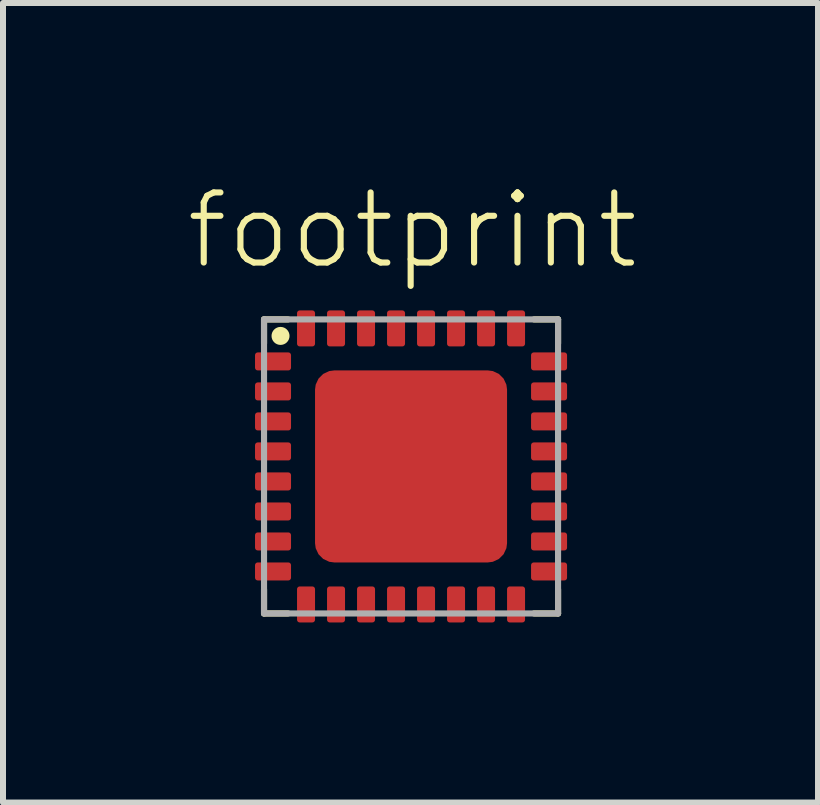
<source format=kicad_pcb>
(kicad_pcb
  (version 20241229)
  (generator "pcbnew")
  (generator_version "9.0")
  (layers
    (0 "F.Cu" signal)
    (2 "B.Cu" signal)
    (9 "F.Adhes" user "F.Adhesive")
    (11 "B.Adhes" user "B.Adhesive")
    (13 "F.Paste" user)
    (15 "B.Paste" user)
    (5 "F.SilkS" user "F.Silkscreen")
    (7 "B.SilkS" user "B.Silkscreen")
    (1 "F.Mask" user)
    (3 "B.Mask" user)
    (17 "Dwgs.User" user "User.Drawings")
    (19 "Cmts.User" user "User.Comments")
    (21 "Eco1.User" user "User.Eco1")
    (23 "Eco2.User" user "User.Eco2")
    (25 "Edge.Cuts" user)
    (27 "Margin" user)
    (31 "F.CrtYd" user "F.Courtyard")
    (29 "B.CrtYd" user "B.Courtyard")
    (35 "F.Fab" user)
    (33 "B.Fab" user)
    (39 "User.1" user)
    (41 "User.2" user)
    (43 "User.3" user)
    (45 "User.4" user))
  (footprint "footprint"
    (layer "F.Cu")
    (at 3.8 4.723)
    (property "Reference" "footprint" (at -3.8 -3.25 0) (layer "F.SilkS") (effects (font (size 1.168 1.168) (thickness 0.102)) (justify left bottom)))
    (fp_poly (pts (xy -1.999 -1.099) (xy -2.601 -1.099) (xy -2.601 -1.401) (xy -1.999 -1.401)) (stroke (width 0) (type solid)) (fill yes) (layer "F.Mask"))
    (fp_poly (pts (xy -1.999 -0.599) (xy -2.601 -0.599) (xy -2.601 -0.901) (xy -1.999 -0.901)) (stroke (width 0) (type solid)) (fill yes) (layer "F.Mask"))
    (fp_poly (pts (xy -1.999 -0.099) (xy -2.601 -0.099) (xy -2.601 -0.401) (xy -1.999 -0.401)) (stroke (width 0) (type solid)) (fill yes) (layer "F.Mask"))
    (fp_poly (pts (xy -1.999 0.401) (xy -2.601 0.401) (xy -2.601 0.099) (xy -1.999 0.099)) (stroke (width 0) (type solid)) (fill yes) (layer "F.Mask"))
    (fp_poly (pts (xy -1.999 0.901) (xy -2.601 0.901) (xy -2.601 0.599) (xy -1.999 0.599)) (stroke (width 0) (type solid)) (fill yes) (layer "F.Mask"))
    (fp_poly (pts (xy -1.999 1.401) (xy -2.601 1.401) (xy -2.601 1.099) (xy -1.999 1.099)) (stroke (width 0) (type solid)) (fill yes) (layer "F.Mask"))
    (fp_poly (pts (xy -1.099 -1.999) (xy -1.401 -1.999) (xy -1.401 -2.601) (xy -1.099 -2.601)) (stroke (width 0) (type solid)) (fill yes) (layer "F.Mask"))
    (fp_poly (pts (xy -1.099 2.601) (xy -1.401 2.601) (xy -1.401 1.999) (xy -1.099 1.999)) (stroke (width 0) (type solid)) (fill yes) (layer "F.Mask"))
    (fp_poly (pts (xy -0.599 -1.999) (xy -0.901 -1.999) (xy -0.901 -2.601) (xy -0.599 -2.601)) (stroke (width 0) (type solid)) (fill yes) (layer "F.Mask"))
    (fp_poly (pts (xy -0.599 2.601) (xy -0.901 2.601) (xy -0.901 1.999) (xy -0.599 1.999)) (stroke (width 0) (type solid)) (fill yes) (layer "F.Mask"))
    (fp_poly (pts (xy -0.099 -1.999) (xy -0.401 -1.999) (xy -0.401 -2.601) (xy -0.099 -2.601)) (stroke (width 0) (type solid)) (fill yes) (layer "F.Mask"))
    (fp_poly (pts (xy -0.099 2.601) (xy -0.401 2.601) (xy -0.401 1.999) (xy -0.099 1.999)) (stroke (width 0) (type solid)) (fill yes) (layer "F.Mask"))
    (fp_poly (pts (xy 0.401 -1.999) (xy 0.099 -1.999) (xy 0.099 -2.601) (xy 0.401 -2.601)) (stroke (width 0) (type solid)) (fill yes) (layer "F.Mask"))
    (fp_poly (pts (xy 0.401 2.601) (xy 0.099 2.601) (xy 0.099 1.999) (xy 0.401 1.999)) (stroke (width 0) (type solid)) (fill yes) (layer "F.Mask"))
    (fp_poly (pts (xy 0.901 -1.999) (xy 0.599 -1.999) (xy 0.599 -2.601) (xy 0.901 -2.601)) (stroke (width 0) (type solid)) (fill yes) (layer "F.Mask"))
    (fp_poly (pts (xy 0.901 2.601) (xy 0.599 2.601) (xy 0.599 1.999) (xy 0.901 1.999)) (stroke (width 0) (type solid)) (fill yes) (layer "F.Mask"))
    (fp_poly (pts (xy 1.401 -1.999) (xy 1.099 -1.999) (xy 1.099 -2.601) (xy 1.401 -2.601)) (stroke (width 0) (type solid)) (fill yes) (layer "F.Mask"))
    (fp_poly (pts (xy 1.401 2.601) (xy 1.099 2.601) (xy 1.099 1.999) (xy 1.401 1.999)) (stroke (width 0) (type solid)) (fill yes) (layer "F.Mask"))
    (fp_poly (pts (xy 1.575 1.575) (xy -1.575 1.575) (xy -1.575 -1.575) (xy 1.575 -1.575)) (stroke (width 0) (type solid)) (fill yes) (layer "F.Mask"))
    (fp_poly (pts (xy 2.601 -1.099) (xy 1.999 -1.099) (xy 1.999 -1.401) (xy 2.601 -1.401)) (stroke (width 0) (type solid)) (fill yes) (layer "F.Mask"))
    (fp_poly (pts (xy 2.601 -0.599) (xy 1.999 -0.599) (xy 1.999 -0.901) (xy 2.601 -0.901)) (stroke (width 0) (type solid)) (fill yes) (layer "F.Mask"))
    (fp_poly (pts (xy 2.601 -0.099) (xy 1.999 -0.099) (xy 1.999 -0.401) (xy 2.601 -0.401)) (stroke (width 0) (type solid)) (fill yes) (layer "F.Mask"))
    (fp_poly (pts (xy 2.601 0.401) (xy 1.999 0.401) (xy 1.999 0.099) (xy 2.601 0.099)) (stroke (width 0) (type solid)) (fill yes) (layer "F.Mask"))
    (fp_poly (pts (xy 2.601 0.901) (xy 1.999 0.901) (xy 1.999 0.599) (xy 2.601 0.599)) (stroke (width 0) (type solid)) (fill yes) (layer "F.Mask"))
    (fp_poly (pts (xy 2.601 1.401) (xy 1.999 1.401) (xy 1.999 1.099) (xy 2.601 1.099)) (stroke (width 0) (type solid)) (fill yes) (layer "F.Mask"))
    (fp_poly (pts (xy -1.999 -1.821) (xy -1.999 -1.599) (xy -2.601 -1.599) (xy -2.601 -1.901) (xy -2.079 -1.901)) (stroke (width 0) (type solid)) (fill yes) (layer "F.Mask"))
    (fp_poly (pts (xy -1.999 1.821) (xy -2.079 1.901) (xy -2.601 1.901) (xy -2.601 1.599) (xy -1.999 1.599)) (stroke (width 0) (type solid)) (fill yes) (layer "F.Mask"))
    (fp_poly (pts (xy -1.599 -1.999) (xy -1.821 -1.999) (xy -1.901 -2.079) (xy -1.901 -2.601) (xy -1.599 -2.601)) (stroke (width 0) (type solid)) (fill yes) (layer "F.Mask"))
    (fp_poly (pts (xy -1.599 2.601) (xy -1.901 2.601) (xy -1.901 2.079) (xy -1.821 1.999) (xy -1.599 1.999)) (stroke (width 0) (type solid)) (fill yes) (layer "F.Mask"))
    (fp_poly (pts (xy 1.901 -2.079) (xy 1.821 -1.999) (xy 1.599 -1.999) (xy 1.599 -2.601) (xy 1.901 -2.601)) (stroke (width 0) (type solid)) (fill yes) (layer "F.Mask"))
    (fp_poly (pts (xy 1.901 2.079) (xy 1.901 2.601) (xy 1.599 2.601) (xy 1.599 1.999) (xy 1.821 1.999)) (stroke (width 0) (type solid)) (fill yes) (layer "F.Mask"))
    (fp_poly (pts (xy 2.601 -1.599) (xy 1.999 -1.599) (xy 1.999 -1.821) (xy 2.079 -1.901) (xy 2.601 -1.901)) (stroke (width 0) (type solid)) (fill yes) (layer "F.Mask"))
    (fp_poly (pts (xy 2.601 1.901) (xy 2.079 1.901) (xy 1.999 1.821) (xy 1.999 1.599) (xy 2.601 1.599)) (stroke (width 0) (type solid)) (fill yes) (layer "F.Mask"))
    (fp_line (start -2.45 -2.45) (end -2.05 -2.45) (stroke (width 0.102) (type solid)) (layer "F.SilkS"))
    (fp_line (start -2.45 -2.05) (end -2.45 -2.45) (stroke (width 0.102) (type solid)) (layer "F.SilkS"))
    (fp_line (start -2.45 2.45) (end -2.45 2.05) (stroke (width 0.102) (type solid)) (layer "F.SilkS"))
    (fp_line (start -2.05 2.45) (end -2.45 2.45) (stroke (width 0.102) (type solid)) (layer "F.SilkS"))
    (fp_line (start 2.05 -2.45) (end 2.45 -2.45) (stroke (width 0.102) (type solid)) (layer "F.SilkS"))
    (fp_line (start 2.45 -2.45) (end 2.45 -2.05) (stroke (width 0.102) (type solid)) (layer "F.SilkS"))
    (fp_line (start 2.45 2.05) (end 2.45 2.45) (stroke (width 0.102) (type solid)) (layer "F.SilkS"))
    (fp_line (start 2.45 2.45) (end 2.05 2.45) (stroke (width 0.102) (type solid)) (layer "F.SilkS"))
    (fp_circle (center -2.175 -2.175) (end -2.1 -2.175) (stroke (width 0.15) (type solid)) (fill yes) (layer "F.SilkS"))
    (fp_poly (pts (xy -2.024 -1.124) (xy -2.576 -1.124) (xy -2.576 -1.376) (xy -2.024 -1.376)) (stroke (width 0) (type solid)) (fill yes) (layer "F.Paste"))
    (fp_poly (pts (xy -2.024 -0.624) (xy -2.576 -0.624) (xy -2.576 -0.876) (xy -2.024 -0.876)) (stroke (width 0) (type solid)) (fill yes) (layer "F.Paste"))
    (fp_poly (pts (xy -2.024 -0.124) (xy -2.576 -0.124) (xy -2.576 -0.376) (xy -2.024 -0.376)) (stroke (width 0) (type solid)) (fill yes) (layer "F.Paste"))
    (fp_poly (pts (xy -2.024 0.376) (xy -2.576 0.376) (xy -2.576 0.124) (xy -2.024 0.124)) (stroke (width 0) (type solid)) (fill yes) (layer "F.Paste"))
    (fp_poly (pts (xy -2.024 0.876) (xy -2.576 0.876) (xy -2.576 0.624) (xy -2.024 0.624)) (stroke (width 0) (type solid)) (fill yes) (layer "F.Paste"))
    (fp_poly (pts (xy -2.024 1.376) (xy -2.576 1.376) (xy -2.576 1.124) (xy -2.024 1.124)) (stroke (width 0) (type solid)) (fill yes) (layer "F.Paste"))
    (fp_poly (pts (xy -1.3 -1.1) (xy -0.7 -1.1) (xy -0.7 -1.4) (xy -1.3 -1.4)) (stroke (width 0) (type solid)) (fill yes) (layer "F.Paste"))
    (fp_poly (pts (xy -1.3 -0.6) (xy -0.7 -0.6) (xy -0.7 -0.9) (xy -1.3 -0.9)) (stroke (width 0) (type solid)) (fill yes) (layer "F.Paste"))
    (fp_poly (pts (xy -1.3 -0.1) (xy -0.7 -0.1) (xy -0.7 -0.4) (xy -1.3 -0.4)) (stroke (width 0) (type solid)) (fill yes) (layer "F.Paste"))
    (fp_poly (pts (xy -1.3 0.4) (xy -0.7 0.4) (xy -0.7 0.1) (xy -1.3 0.1)) (stroke (width 0) (type solid)) (fill yes) (layer "F.Paste"))
    (fp_poly (pts (xy -1.3 0.9) (xy -0.7 0.9) (xy -0.7 0.6) (xy -1.3 0.6)) (stroke (width 0) (type solid)) (fill yes) (layer "F.Paste"))
    (fp_poly (pts (xy -1.3 1.4) (xy -0.7 1.4) (xy -0.7 1.1) (xy -1.3 1.1)) (stroke (width 0) (type solid)) (fill yes) (layer "F.Paste"))
    (fp_poly (pts (xy -1.124 -2.024) (xy -1.376 -2.024) (xy -1.376 -2.576) (xy -1.124 -2.576)) (stroke (width 0) (type solid)) (fill yes) (layer "F.Paste"))
    (fp_poly (pts (xy -1.124 2.576) (xy -1.376 2.576) (xy -1.376 2.024) (xy -1.124 2.024)) (stroke (width 0) (type solid)) (fill yes) (layer "F.Paste"))
    (fp_poly (pts (xy -0.624 -2.024) (xy -0.876 -2.024) (xy -0.876 -2.576) (xy -0.624 -2.576)) (stroke (width 0) (type solid)) (fill yes) (layer "F.Paste"))
    (fp_poly (pts (xy -0.624 2.576) (xy -0.876 2.576) (xy -0.876 2.024) (xy -0.624 2.024)) (stroke (width 0) (type solid)) (fill yes) (layer "F.Paste"))
    (fp_poly (pts (xy -0.3 -1.1) (xy 0.3 -1.1) (xy 0.3 -1.4) (xy -0.3 -1.4)) (stroke (width 0) (type solid)) (fill yes) (layer "F.Paste"))
    (fp_poly (pts (xy -0.3 -0.6) (xy 0.3 -0.6) (xy 0.3 -0.9) (xy -0.3 -0.9)) (stroke (width 0) (type solid)) (fill yes) (layer "F.Paste"))
    (fp_poly (pts (xy -0.3 -0.1) (xy 0.3 -0.1) (xy 0.3 -0.4) (xy -0.3 -0.4)) (stroke (width 0) (type solid)) (fill yes) (layer "F.Paste"))
    (fp_poly (pts (xy -0.3 0.4) (xy 0.3 0.4) (xy 0.3 0.1) (xy -0.3 0.1)) (stroke (width 0) (type solid)) (fill yes) (layer "F.Paste"))
    (fp_poly (pts (xy -0.3 0.9) (xy 0.3 0.9) (xy 0.3 0.6) (xy -0.3 0.6)) (stroke (width 0) (type solid)) (fill yes) (layer "F.Paste"))
    (fp_poly (pts (xy -0.3 1.4) (xy 0.3 1.4) (xy 0.3 1.1) (xy -0.3 1.1)) (stroke (width 0) (type solid)) (fill yes) (layer "F.Paste"))
    (fp_poly (pts (xy -0.124 -2.024) (xy -0.376 -2.024) (xy -0.376 -2.576) (xy -0.124 -2.576)) (stroke (width 0) (type solid)) (fill yes) (layer "F.Paste"))
    (fp_poly (pts (xy -0.124 2.576) (xy -0.376 2.576) (xy -0.376 2.024) (xy -0.124 2.024)) (stroke (width 0) (type solid)) (fill yes) (layer "F.Paste"))
    (fp_poly (pts (xy 0.376 -2.024) (xy 0.124 -2.024) (xy 0.124 -2.576) (xy 0.376 -2.576)) (stroke (width 0) (type solid)) (fill yes) (layer "F.Paste"))
    (fp_poly (pts (xy 0.376 2.576) (xy 0.124 2.576) (xy 0.124 2.024) (xy 0.376 2.024)) (stroke (width 0) (type solid)) (fill yes) (layer "F.Paste"))
    (fp_poly (pts (xy 0.7 -1.1) (xy 1.3 -1.1) (xy 1.3 -1.4) (xy 0.7 -1.4)) (stroke (width 0) (type solid)) (fill yes) (layer "F.Paste"))
    (fp_poly (pts (xy 0.7 -0.6) (xy 1.3 -0.6) (xy 1.3 -0.9) (xy 0.7 -0.9)) (stroke (width 0) (type solid)) (fill yes) (layer "F.Paste"))
    (fp_poly (pts (xy 0.7 -0.1) (xy 1.3 -0.1) (xy 1.3 -0.4) (xy 0.7 -0.4)) (stroke (width 0) (type solid)) (fill yes) (layer "F.Paste"))
    (fp_poly (pts (xy 0.7 0.4) (xy 1.3 0.4) (xy 1.3 0.1) (xy 0.7 0.1)) (stroke (width 0) (type solid)) (fill yes) (layer "F.Paste"))
    (fp_poly (pts (xy 0.7 0.9) (xy 1.3 0.9) (xy 1.3 0.6) (xy 0.7 0.6)) (stroke (width 0) (type solid)) (fill yes) (layer "F.Paste"))
    (fp_poly (pts (xy 0.7 1.4) (xy 1.3 1.4) (xy 1.3 1.1) (xy 0.7 1.1)) (stroke (width 0) (type solid)) (fill yes) (layer "F.Paste"))
    (fp_poly (pts (xy 0.876 -2.024) (xy 0.624 -2.024) (xy 0.624 -2.576) (xy 0.876 -2.576)) (stroke (width 0) (type solid)) (fill yes) (layer "F.Paste"))
    (fp_poly (pts (xy 0.876 2.576) (xy 0.624 2.576) (xy 0.624 2.024) (xy 0.876 2.024)) (stroke (width 0) (type solid)) (fill yes) (layer "F.Paste"))
    (fp_poly (pts (xy 1.376 -2.024) (xy 1.124 -2.024) (xy 1.124 -2.576) (xy 1.376 -2.576)) (stroke (width 0) (type solid)) (fill yes) (layer "F.Paste"))
    (fp_poly (pts (xy 1.376 2.576) (xy 1.124 2.576) (xy 1.124 2.024) (xy 1.376 2.024)) (stroke (width 0) (type solid)) (fill yes) (layer "F.Paste"))
    (fp_poly (pts (xy 2.576 -1.124) (xy 2.024 -1.124) (xy 2.024 -1.376) (xy 2.576 -1.376)) (stroke (width 0) (type solid)) (fill yes) (layer "F.Paste"))
    (fp_poly (pts (xy 2.576 -0.624) (xy 2.024 -0.624) (xy 2.024 -0.876) (xy 2.576 -0.876)) (stroke (width 0) (type solid)) (fill yes) (layer "F.Paste"))
    (fp_poly (pts (xy 2.576 -0.124) (xy 2.024 -0.124) (xy 2.024 -0.376) (xy 2.576 -0.376)) (stroke (width 0) (type solid)) (fill yes) (layer "F.Paste"))
    (fp_poly (pts (xy 2.576 0.376) (xy 2.024 0.376) (xy 2.024 0.124) (xy 2.576 0.124)) (stroke (width 0) (type solid)) (fill yes) (layer "F.Paste"))
    (fp_poly (pts (xy 2.576 0.876) (xy 2.024 0.876) (xy 2.024 0.624) (xy 2.576 0.624)) (stroke (width 0) (type solid)) (fill yes) (layer "F.Paste"))
    (fp_poly (pts (xy 2.576 1.376) (xy 2.024 1.376) (xy 2.024 1.124) (xy 2.576 1.124)) (stroke (width 0) (type solid)) (fill yes) (layer "F.Paste"))
    (fp_poly (pts (xy -2.024 -1.796) (xy -2.024 -1.624) (xy -2.576 -1.624) (xy -2.576 -1.876) (xy -2.104 -1.876)) (stroke (width 0) (type solid)) (fill yes) (layer "F.Paste"))
    (fp_poly (pts (xy -2.024 1.796) (xy -2.104 1.876) (xy -2.576 1.876) (xy -2.576 1.624) (xy -2.024 1.624)) (stroke (width 0) (type solid)) (fill yes) (layer "F.Paste"))
    (fp_poly (pts (xy -1.624 -2.024) (xy -1.796 -2.024) (xy -1.876 -2.104) (xy -1.876 -2.576) (xy -1.624 -2.576)) (stroke (width 0) (type solid)) (fill yes) (layer "F.Paste"))
    (fp_poly (pts (xy -1.624 2.576) (xy -1.876 2.576) (xy -1.876 2.104) (xy -1.796 2.024) (xy -1.624 2.024)) (stroke (width 0) (type solid)) (fill yes) (layer "F.Paste"))
    (fp_poly (pts (xy 1.876 -2.104) (xy 1.796 -2.024) (xy 1.624 -2.024) (xy 1.624 -2.576) (xy 1.876 -2.576)) (stroke (width 0) (type solid)) (fill yes) (layer "F.Paste"))
    (fp_poly (pts (xy 1.876 2.104) (xy 1.876 2.576) (xy 1.624 2.576) (xy 1.624 2.024) (xy 1.796 2.024)) (stroke (width 0) (type solid)) (fill yes) (layer "F.Paste"))
    (fp_poly (pts (xy 2.576 -1.624) (xy 2.024 -1.624) (xy 2.024 -1.796) (xy 2.104 -1.876) (xy 2.576 -1.876)) (stroke (width 0) (type solid)) (fill yes) (layer "F.Paste"))
    (fp_poly (pts (xy 2.576 1.876) (xy 2.104 1.876) (xy 2.024 1.796) (xy 2.024 1.624) (xy 2.576 1.624)) (stroke (width 0) (type solid)) (fill yes) (layer "F.Paste"))
    (fp_line (start -2.45 -2.45) (end 2.45 -2.45) (stroke (width 0.102) (type solid)) (layer "F.Fab"))
    (fp_line (start -2.45 2.45) (end -2.45 -2.45) (stroke (width 0.102) (type solid)) (layer "F.Fab"))
    (fp_line (start 2.45 -2.45) (end 2.45 2.45) (stroke (width 0.102) (type solid)) (layer "F.Fab"))
    (fp_line (start 2.45 2.45) (end -2.45 2.45) (stroke (width 0.102) (type solid)) (layer "F.Fab"))
    (pad "1" smd roundrect (at -2.3 -1.75) (size 0.6 0.3) (layers "F.Cu") (roundrect_rratio 0.15))
    (pad "2" smd roundrect (at -2.3 -1.25) (size 0.6 0.3) (layers "F.Cu") (roundrect_rratio 0.15))
    (pad "3" smd roundrect (at -2.3 -0.75) (size 0.6 0.3) (layers "F.Cu") (roundrect_rratio 0.15))
    (pad "4" smd roundrect (at -2.3 -0.25) (size 0.6 0.3) (layers "F.Cu") (roundrect_rratio 0.15))
    (pad "5" smd roundrect (at -2.3 0.25) (size 0.6 0.3) (layers "F.Cu") (roundrect_rratio 0.15))
    (pad "6" smd roundrect (at -2.3 0.75) (size 0.6 0.3) (layers "F.Cu") (roundrect_rratio 0.15))
    (pad "7" smd roundrect (at -2.3 1.25) (size 0.6 0.3) (layers "F.Cu") (roundrect_rratio 0.15))
    (pad "8" smd roundrect (at -2.3 1.75) (size 0.6 0.3) (layers "F.Cu") (roundrect_rratio 0.15))
    (pad "9" smd roundrect (at -1.75 2.3 90) (size 0.6 0.3) (layers "F.Cu") (roundrect_rratio 0.15))
    (pad "10" smd roundrect (at -1.25 2.3 90) (size 0.6 0.3) (layers "F.Cu") (roundrect_rratio 0.15))
    (pad "11" smd roundrect (at -0.75 2.3 90) (size 0.6 0.3) (layers "F.Cu") (roundrect_rratio 0.15))
    (pad "12" smd roundrect (at -0.25 2.3 90) (size 0.6 0.3) (layers "F.Cu") (roundrect_rratio 0.15))
    (pad "13" smd roundrect (at 0.25 2.3 90) (size 0.6 0.3) (layers "F.Cu") (roundrect_rratio 0.15))
    (pad "14" smd roundrect (at 0.75 2.3 90) (size 0.6 0.3) (layers "F.Cu") (roundrect_rratio 0.15))
    (pad "15" smd roundrect (at 1.25 2.3 90) (size 0.6 0.3) (layers "F.Cu") (roundrect_rratio 0.15))
    (pad "16" smd roundrect (at 1.75 2.3 90) (size 0.6 0.3) (layers "F.Cu") (roundrect_rratio 0.15))
    (pad "17" smd roundrect (at 2.3 1.75 180) (size 0.6 0.3) (layers "F.Cu") (roundrect_rratio 0.15))
    (pad "18" smd roundrect (at 2.3 1.25 180) (size 0.6 0.3) (layers "F.Cu") (roundrect_rratio 0.15))
    (pad "19" smd roundrect (at 2.3 0.75 180) (size 0.6 0.3) (layers "F.Cu") (roundrect_rratio 0.15))
    (pad "20" smd roundrect (at 2.3 0.25 180) (size 0.6 0.3) (layers "F.Cu") (roundrect_rratio 0.15))
    (pad "21" smd roundrect (at 2.3 -0.25 180) (size 0.6 0.3) (layers "F.Cu") (roundrect_rratio 0.15))
    (pad "22" smd roundrect (at 2.3 -0.75 180) (size 0.6 0.3) (layers "F.Cu") (roundrect_rratio 0.15))
    (pad "23" smd roundrect (at 2.3 -1.25 180) (size 0.6 0.3) (layers "F.Cu") (roundrect_rratio 0.15))
    (pad "24" smd roundrect (at 2.3 -1.75 180) (size 0.6 0.3) (layers "F.Cu") (roundrect_rratio 0.15))
    (pad "25" smd roundrect (at 1.75 -2.3 270) (size 0.6 0.3) (layers "F.Cu") (roundrect_rratio 0.15))
    (pad "26" smd roundrect (at 1.25 -2.3 270) (size 0.6 0.3) (layers "F.Cu") (roundrect_rratio 0.15))
    (pad "27" smd roundrect (at 0.75 -2.3 270) (size 0.6 0.3) (layers "F.Cu") (roundrect_rratio 0.15))
    (pad "28" smd roundrect (at 0.25 -2.3 270) (size 0.6 0.3) (layers "F.Cu") (roundrect_rratio 0.15))
    (pad "29" smd roundrect (at -0.25 -2.3 270) (size 0.6 0.3) (layers "F.Cu") (roundrect_rratio 0.15))
    (pad "30" smd roundrect (at -0.75 -2.3 270) (size 0.6 0.3) (layers "F.Cu") (roundrect_rratio 0.15))
    (pad "31" smd roundrect (at -1.25 -2.3 270) (size 0.6 0.3) (layers "F.Cu") (roundrect_rratio 0.15))
    (pad "32" smd roundrect (at -1.75 -2.3 270) (size 0.6 0.3) (layers "F.Cu") (roundrect_rratio 0.15))
    (pad "EXP" smd roundrect (at 0 0) (size 3.2 3.2) (layers "F.Cu") (roundrect_rratio 0.1)))
  (gr_rect
    (start -3 -3)
    (end 10.582 10.324)
    (stroke (width 0.1) (type default))
    (fill no)
    (layer "Edge.Cuts")))
</source>
